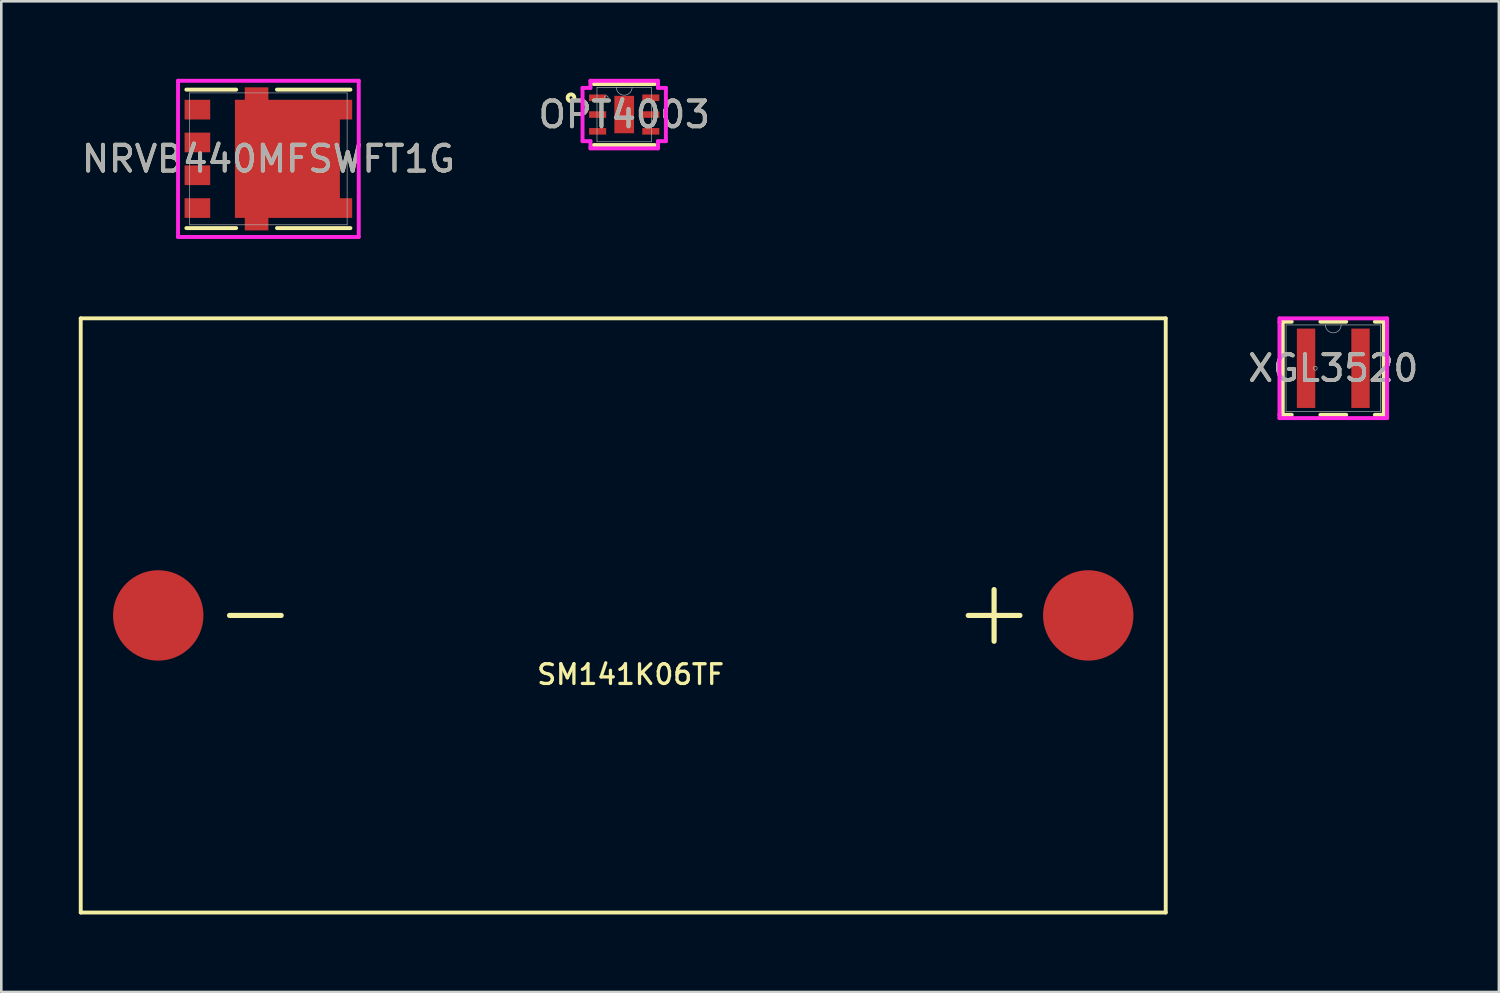
<source format=kicad_pcb>
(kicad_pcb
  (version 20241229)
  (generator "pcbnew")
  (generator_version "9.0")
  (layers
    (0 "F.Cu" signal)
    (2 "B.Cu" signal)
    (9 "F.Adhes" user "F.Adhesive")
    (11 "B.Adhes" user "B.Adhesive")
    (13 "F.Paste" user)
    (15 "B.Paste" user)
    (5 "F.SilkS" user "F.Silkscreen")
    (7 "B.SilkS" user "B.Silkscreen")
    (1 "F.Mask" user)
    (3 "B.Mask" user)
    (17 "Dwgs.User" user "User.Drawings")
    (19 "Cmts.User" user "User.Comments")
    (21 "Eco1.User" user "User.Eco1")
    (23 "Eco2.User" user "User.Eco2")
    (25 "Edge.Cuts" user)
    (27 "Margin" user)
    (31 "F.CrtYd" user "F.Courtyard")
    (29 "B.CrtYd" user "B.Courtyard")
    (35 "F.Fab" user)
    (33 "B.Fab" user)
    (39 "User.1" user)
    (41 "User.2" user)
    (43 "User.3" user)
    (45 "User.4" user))
  (footprint "OPT4003"
    (layer "F.Cu")
    (at 21.113 1.384)
    (property "Reference" "OPT4003" (at 0 0 0) (unlocked yes) (layer "F.SilkS") (effects (font (size 1 1) (thickness 0.15))))
    (attr smd)
    (fp_line (start -1.181 1.181) (end 1.181 1.181) (stroke (width 0.152) (type solid)) (layer "F.SilkS"))
    (fp_line (start 1.181 -1.181) (end -1.181 -1.181) (stroke (width 0.152) (type solid)) (layer "F.SilkS"))
    (fp_circle (center -2.06 -0.65) (end -2.007 -0.635) (stroke (width 0.152) (type solid)) (fill no) (layer "F.SilkS"))
    (fp_line (start -1.613 -1.031) (end -1.308 -1.031) (stroke (width 0.152) (type solid)) (layer "F.CrtYd"))
    (fp_line (start -1.613 1.031) (end -1.613 -1.031) (stroke (width 0.152) (type solid)) (layer "F.CrtYd"))
    (fp_line (start -1.613 1.031) (end -1.308 1.031) (stroke (width 0.152) (type solid)) (layer "F.CrtYd"))
    (fp_line (start -1.308 -1.308) (end 1.308 -1.308) (stroke (width 0.152) (type solid)) (layer "F.CrtYd"))
    (fp_line (start -1.308 -1.031) (end -1.308 -1.308) (stroke (width 0.152) (type solid)) (layer "F.CrtYd"))
    (fp_line (start -1.308 1.308) (end -1.308 1.031) (stroke (width 0.152) (type solid)) (layer "F.CrtYd"))
    (fp_line (start 1.308 -1.308) (end 1.308 -1.031) (stroke (width 0.152) (type solid)) (layer "F.CrtYd"))
    (fp_line (start 1.308 1.031) (end 1.308 1.308) (stroke (width 0.152) (type solid)) (layer "F.CrtYd"))
    (fp_line (start 1.308 1.308) (end -1.308 1.308) (stroke (width 0.152) (type solid)) (layer "F.CrtYd"))
    (fp_line (start 1.613 -1.031) (end 1.308 -1.031) (stroke (width 0.152) (type solid)) (layer "F.CrtYd"))
    (fp_line (start 1.613 -1.031) (end 1.613 1.031) (stroke (width 0.152) (type solid)) (layer "F.CrtYd"))
    (fp_line (start 1.613 1.031) (end 1.308 1.031) (stroke (width 0.152) (type solid)) (layer "F.CrtYd"))
    (fp_line (start -1.054 -1.054) (end -1.054 1.054) (stroke (width 0.025) (type solid)) (layer "F.Fab"))
    (fp_line (start -1.054 1.054) (end 1.054 1.054) (stroke (width 0.025) (type solid)) (layer "F.Fab"))
    (fp_line (start 1.054 -1.054) (end -1.054 -1.054) (stroke (width 0.025) (type solid)) (layer "F.Fab"))
    (fp_line (start 1.054 1.054) (end 1.054 -1.054) (stroke (width 0.025) (type solid)) (layer "F.Fab"))
    (fp_arc (start 0.3048 -1.0541) (mid 0 -0.7493) (end -0.3048 -1.0541) (stroke (width 0.0254) (type solid)) (layer "F.Fab"))
    (fp_circle (center -0.699 -0.65) (end -0.622 -0.65) (stroke (width 0.025) (type solid)) (fill no) (layer "F.Fab"))
    (fp_text user "${REFERENCE}" (at 0 0 0) (unlocked yes) (layer "F.Fab") (effects (font (size 1 1) (thickness 0.15))))
    (pad "1" smd rect (at -1.029 -0.65) (size 0.66 0.254) (layers "F.Cu" "F.Mask" "F.Paste"))
    (pad "2" smd rect (at -1.029 0) (size 0.66 0.254) (layers "F.Cu" "F.Mask" "F.Paste"))
    (pad "3" smd rect (at -1.029 0.65) (size 0.66 0.254) (layers "F.Cu" "F.Mask" "F.Paste"))
    (pad "4" smd rect (at 1.029 0.65) (size 0.66 0.254) (layers "F.Cu" "F.Mask" "F.Paste"))
    (pad "5" smd rect (at 1.029 0) (size 0.66 0.254) (layers "F.Cu" "F.Mask" "F.Paste"))
    (pad "6" smd rect (at 1.029 -0.65) (size 0.66 0.254) (layers "F.Cu" "F.Mask" "F.Paste"))
    (pad "7" smd rect (at 0 0) (size 0.762 1.448) (layers "F.Cu" "F.Mask" "F.Paste")))
  (footprint "SM141K06TF"
    (layer "F.Cu")
    (at 21.075 20.773)
    (property "Reference" "SM141K06TF" (at 0.286 2.286 0) (layer "F.SilkS") (effects (font (size 0.762 0.762) (thickness 0.127))))
    (attr through_hole)
    (fp_line (start -21 -11.5) (end -21 11.5) (stroke (width 0.15) (type solid)) (layer "F.SilkS"))
    (fp_line (start -21 -11.5) (end 21 -11.5) (stroke (width 0.15) (type solid)) (layer "F.SilkS"))
    (fp_line (start -21 11.5) (end 21 11.5) (stroke (width 0.15) (type solid)) (layer "F.SilkS"))
    (fp_line (start -13.24 0) (end -15.24 0) (stroke (width 0.2) (type solid)) (layer "F.SilkS"))
    (fp_line (start 13.356 0) (end 15.356 0) (stroke (width 0.2) (type solid)) (layer "F.SilkS"))
    (fp_line (start 14.356 -1) (end 14.356 1) (stroke (width 0.2) (type solid)) (layer "F.SilkS"))
    (fp_line (start 21 -11.5) (end 21 11.5) (stroke (width 0.15) (type solid)) (layer "F.SilkS"))
    (pad "1" smd circle (at 18 0) (size 3.5 3.5) (layers "F.Cu" "F.Mask" "F.Paste"))
    (pad "2" smd circle (at -18 0) (size 3.5 3.5) (layers "F.Cu" "F.Mask" "F.Paste")))
  (footprint "XGL3520"
    (layer "F.Cu")
    (at 48.561 11.205)
    (property "Reference" "XGL3520" (at 0 0 0) (unlocked yes) (layer "F.SilkS") (effects (font (size 1 1) (thickness 0.15))))
    (attr smd)
    (fp_line (start -1.956 -1.803) (end -1.956 1.803) (stroke (width 0.152) (type solid)) (layer "F.SilkS"))
    (fp_line (start -1.956 1.803) (end -1.609 1.803) (stroke (width 0.152) (type solid)) (layer "F.SilkS"))
    (fp_line (start -1.609 -1.803) (end -1.956 -1.803) (stroke (width 0.152) (type solid)) (layer "F.SilkS"))
    (fp_line (start -0.5 1.803) (end 0.5 1.803) (stroke (width 0.152) (type solid)) (layer "F.SilkS"))
    (fp_line (start 0.5 -1.803) (end -0.5 -1.803) (stroke (width 0.152) (type solid)) (layer "F.SilkS"))
    (fp_line (start 1.609 1.803) (end 1.956 1.803) (stroke (width 0.152) (type solid)) (layer "F.SilkS"))
    (fp_line (start 1.956 -1.803) (end 1.609 -1.803) (stroke (width 0.152) (type solid)) (layer "F.SilkS"))
    (fp_line (start 1.956 1.803) (end 1.956 -1.803) (stroke (width 0.152) (type solid)) (layer "F.SilkS"))
    (fp_line (start -2.083 -1.93) (end 2.083 -1.93) (stroke (width 0.152) (type solid)) (layer "F.CrtYd"))
    (fp_line (start -2.083 -1.791) (end -2.083 -1.93) (stroke (width 0.152) (type solid)) (layer "F.CrtYd"))
    (fp_line (start -2.083 -1.791) (end -2.083 -1.791) (stroke (width 0.152) (type solid)) (layer "F.CrtYd"))
    (fp_line (start -2.083 1.791) (end -2.083 -1.791) (stroke (width 0.152) (type solid)) (layer "F.CrtYd"))
    (fp_line (start -2.083 1.791) (end -2.083 1.791) (stroke (width 0.152) (type solid)) (layer "F.CrtYd"))
    (fp_line (start -2.083 1.93) (end -2.083 1.791) (stroke (width 0.152) (type solid)) (layer "F.CrtYd"))
    (fp_line (start 2.083 -1.93) (end 2.083 -1.791) (stroke (width 0.152) (type solid)) (layer "F.CrtYd"))
    (fp_line (start 2.083 -1.791) (end 2.083 -1.791) (stroke (width 0.152) (type solid)) (layer "F.CrtYd"))
    (fp_line (start 2.083 -1.791) (end 2.083 1.791) (stroke (width 0.152) (type solid)) (layer "F.CrtYd"))
    (fp_line (start 2.083 1.791) (end 2.083 1.791) (stroke (width 0.152) (type solid)) (layer "F.CrtYd"))
    (fp_line (start 2.083 1.791) (end 2.083 1.93) (stroke (width 0.152) (type solid)) (layer "F.CrtYd"))
    (fp_line (start 2.083 1.93) (end -2.083 1.93) (stroke (width 0.152) (type solid)) (layer "F.CrtYd"))
    (fp_line (start -1.829 -1.676) (end -1.829 1.676) (stroke (width 0.025) (type solid)) (layer "F.Fab"))
    (fp_line (start -1.829 1.676) (end 1.829 1.676) (stroke (width 0.025) (type solid)) (layer "F.Fab"))
    (fp_line (start 1.829 -1.676) (end -1.829 -1.676) (stroke (width 0.025) (type solid)) (layer "F.Fab"))
    (fp_line (start 1.829 1.676) (end 1.829 -1.676) (stroke (width 0.025) (type solid)) (layer "F.Fab"))
    (fp_arc (start 0.3048 -1.6764) (mid 0 -1.3716) (end -0.3048 -1.6764) (stroke (width 0.0254) (type solid)) (layer "F.Fab"))
    (fp_circle (center -0.699 0) (end -0.622 0) (stroke (width 0.025) (type solid)) (fill no) (layer "F.Fab"))
    (fp_text user "${REFERENCE}" (at 0 0 0) (unlocked yes) (layer "F.Fab") (effects (font (size 1 1) (thickness 0.15))))
    (pad "1" smd rect (at -1.054 0) (size 0.711 3.073) (layers "F.Cu" "F.Mask" "F.Paste"))
    (pad "2" smd rect (at 1.054 0) (size 0.711 3.073) (layers "F.Cu" "F.Mask" "F.Paste")))
  (footprint "NRVB440MFSWFT1G"
    (layer "F.Cu")
    (at 7.339 3.099)
    (property "Reference" "NRVB440MFSWFT1G" (at 0 0 0) (unlocked yes) (layer "F.SilkS") (effects (font (size 1 1) (thickness 0.15))))
    (attr smd)
    (fp_line (start -3.175 2.68) (end -1.247 2.68) (stroke (width 0.152) (type solid)) (layer "F.SilkS"))
    (fp_line (start -1.247 -2.68) (end -3.175 -2.68) (stroke (width 0.152) (type solid)) (layer "F.SilkS"))
    (fp_line (start 0.333 2.68) (end 3.175 2.68) (stroke (width 0.152) (type solid)) (layer "F.SilkS"))
    (fp_line (start 3.175 -2.68) (end 0.333 -2.68) (stroke (width 0.152) (type solid)) (layer "F.SilkS"))
    (fp_line (start -3.497 -3.023) (end -3.497 3.023) (stroke (width 0.152) (type solid)) (layer "F.CrtYd"))
    (fp_line (start -3.497 3.023) (end 3.497 3.023) (stroke (width 0.152) (type solid)) (layer "F.CrtYd"))
    (fp_line (start 3.497 -3.023) (end -3.497 -3.023) (stroke (width 0.152) (type solid)) (layer "F.CrtYd"))
    (fp_line (start 3.497 3.023) (end 3.497 -3.023) (stroke (width 0.152) (type solid)) (layer "F.CrtYd"))
    (fp_line (start -3.048 -2.553) (end -3.048 2.553) (stroke (width 0.025) (type solid)) (layer "F.Fab"))
    (fp_line (start -3.048 2.553) (end 3.048 2.553) (stroke (width 0.025) (type solid)) (layer "F.Fab"))
    (fp_line (start 3.048 -2.553) (end -3.048 -2.553) (stroke (width 0.025) (type solid)) (layer "F.Fab"))
    (fp_line (start 3.048 2.553) (end 3.048 -2.553) (stroke (width 0.025) (type solid)) (layer "F.Fab"))
    (fp_text user "${REFERENCE}" (at 0 0 0) (unlocked yes) (layer "F.Fab") (effects (font (size 1 1) (thickness 0.15))))
    (pad "1" smd custom (at 0.736 0) (size 4.064 4.572) (layers "F.Cu" "F.Mask" "F.Paste") (options (anchor rect)) (primitives (gr_poly (pts (xy -1.65 -2.769) (xy -1.65 -2.286) (xy -2.032 -2.286) (xy -2.032 2.286) (xy -1.65 2.286) (xy -1.65 2.769) (xy -0.736 2.769) (xy -0.736 2.286) (xy 2.507 2.286) (xy 2.507 1.524) (xy 1.516 1.524) (xy 1.516 -1.524) (xy 2.507 -1.524) (xy 2.507 -2.286) (xy -0.736 -2.286) (xy -0.736 -2.769)) (width 0) (fill yes))))
    (pad "2" smd rect (at -2.748 -1.905) (size 0.991 0.762) (layers "F.Cu" "F.Mask" "F.Paste"))
    (pad "2" smd rect (at -2.748 -0.635) (size 0.991 0.762) (layers "F.Cu" "F.Mask" "F.Paste"))
    (pad "2" smd rect (at -2.748 0.635) (size 0.991 0.762) (layers "F.Cu" "F.Mask" "F.Paste"))
    (pad "3" smd rect (at -2.748 1.905) (size 0.991 0.762) (layers "F.Cu" "F.Mask" "F.Paste")))
  (gr_rect
    (start -3 -3)
    (end 54.971 35.348)
    (stroke (width 0.1) (type default))
    (fill no)
    (layer "Edge.Cuts")))
</source>
